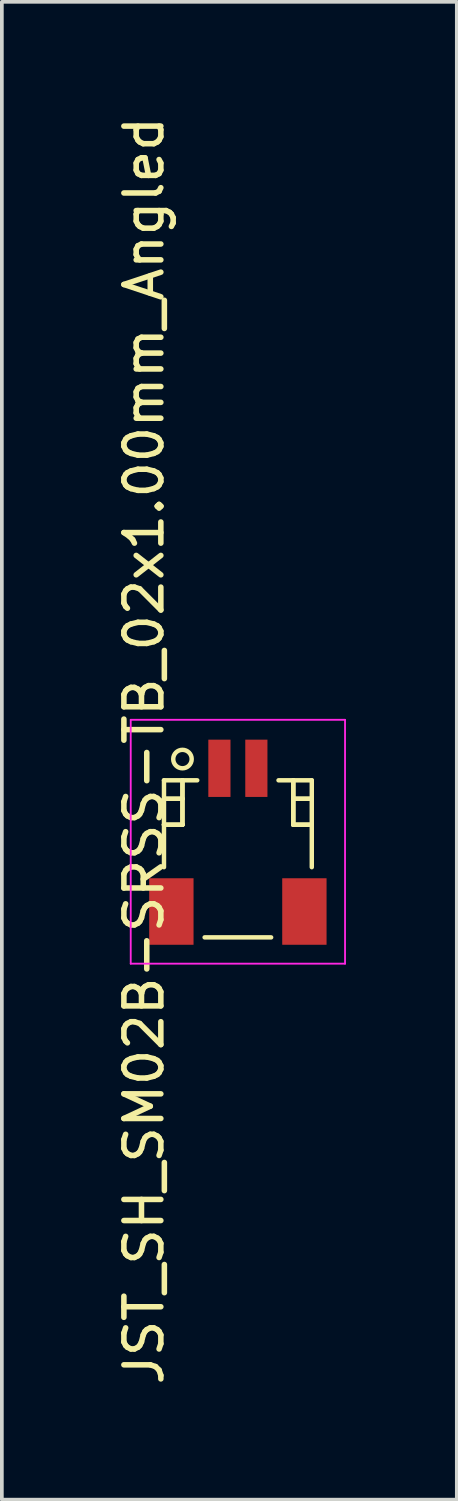
<source format=kicad_pcb>
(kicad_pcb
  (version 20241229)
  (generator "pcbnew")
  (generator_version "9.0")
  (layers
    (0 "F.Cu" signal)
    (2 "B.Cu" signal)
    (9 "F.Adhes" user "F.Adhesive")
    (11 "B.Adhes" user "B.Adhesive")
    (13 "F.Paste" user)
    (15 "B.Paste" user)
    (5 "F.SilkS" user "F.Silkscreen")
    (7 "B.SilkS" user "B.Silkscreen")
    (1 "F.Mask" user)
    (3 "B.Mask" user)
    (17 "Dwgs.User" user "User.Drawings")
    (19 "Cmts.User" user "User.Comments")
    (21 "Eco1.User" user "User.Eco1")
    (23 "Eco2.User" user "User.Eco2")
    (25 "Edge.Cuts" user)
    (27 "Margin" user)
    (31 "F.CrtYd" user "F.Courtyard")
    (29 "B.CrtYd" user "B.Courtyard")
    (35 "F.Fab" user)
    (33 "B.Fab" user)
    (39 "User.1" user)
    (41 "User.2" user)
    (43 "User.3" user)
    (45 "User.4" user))
  (footprint "JST_SH_SM02B-SRSS-TB_02x1.00mm_Angled"
    (layer "F.Cu")
    (at 3.388 19.681)
    (property "Reference" "JST_SH_SM02B-SRSS-TB_02x1.00mm_Angled" (at -2.54 -2.413 270) (layer "F.SilkS") (effects (font (size 1 1) (thickness 0.15))))
    (attr smd)
    (fp_line (start -2 -1.613) (end -1.1 -1.613) (stroke (width 0.12) (type solid)) (layer "F.SilkS"))
    (fp_line (start -2 -1.113) (end -2 -1.113) (stroke (width 0.12) (type solid)) (layer "F.SilkS"))
    (fp_line (start -2 -1.113) (end -1.5 -1.113) (stroke (width 0.12) (type solid)) (layer "F.SilkS"))
    (fp_line (start -2 -0.412) (end -2 -0.412) (stroke (width 0.12) (type solid)) (layer "F.SilkS"))
    (fp_line (start -2 -0.412) (end -1.5 -0.412) (stroke (width 0.12) (type solid)) (layer "F.SilkS"))
    (fp_line (start -2 0.738) (end -2 -1.613) (stroke (width 0.12) (type solid)) (layer "F.SilkS"))
    (fp_line (start -1.5 -1.613) (end -1.5 -1.613) (stroke (width 0.12) (type solid)) (layer "F.SilkS"))
    (fp_line (start -1.5 -1.613) (end -1.5 -0.412) (stroke (width 0.12) (type solid)) (layer "F.SilkS"))
    (fp_line (start -1.5 -1.113) (end -2 -1.113) (stroke (width 0.12) (type solid)) (layer "F.SilkS"))
    (fp_line (start -1.5 -1.113) (end -1.5 -1.113) (stroke (width 0.12) (type solid)) (layer "F.SilkS"))
    (fp_line (start -1.5 -0.412) (end -2 -0.412) (stroke (width 0.12) (type solid)) (layer "F.SilkS"))
    (fp_line (start -1.5 -0.412) (end -1.5 -1.613) (stroke (width 0.12) (type solid)) (layer "F.SilkS"))
    (fp_line (start -1.5 -0.412) (end -1.5 -0.412) (stroke (width 0.12) (type solid)) (layer "F.SilkS"))
    (fp_line (start -1.5 -0.412) (end -1.5 -0.412) (stroke (width 0.12) (type solid)) (layer "F.SilkS"))
    (fp_line (start -0.9 2.638) (end 0.9 2.638) (stroke (width 0.12) (type solid)) (layer "F.SilkS"))
    (fp_line (start 1.5 -1.613) (end 1.5 -1.613) (stroke (width 0.12) (type solid)) (layer "F.SilkS"))
    (fp_line (start 1.5 -1.613) (end 1.5 -0.412) (stroke (width 0.12) (type solid)) (layer "F.SilkS"))
    (fp_line (start 1.5 -1.113) (end 1.5 -1.113) (stroke (width 0.12) (type solid)) (layer "F.SilkS"))
    (fp_line (start 1.5 -1.113) (end 2 -1.113) (stroke (width 0.12) (type solid)) (layer "F.SilkS"))
    (fp_line (start 1.5 -0.412) (end 1.5 -1.613) (stroke (width 0.12) (type solid)) (layer "F.SilkS"))
    (fp_line (start 1.5 -0.412) (end 1.5 -0.412) (stroke (width 0.12) (type solid)) (layer "F.SilkS"))
    (fp_line (start 1.5 -0.412) (end 1.5 -0.412) (stroke (width 0.12) (type solid)) (layer "F.SilkS"))
    (fp_line (start 1.5 -0.412) (end 2 -0.412) (stroke (width 0.12) (type solid)) (layer "F.SilkS"))
    (fp_line (start 2 -1.613) (end 1.1 -1.613) (stroke (width 0.12) (type solid)) (layer "F.SilkS"))
    (fp_line (start 2 -1.113) (end 1.5 -1.113) (stroke (width 0.12) (type solid)) (layer "F.SilkS"))
    (fp_line (start 2 -1.113) (end 2 -1.113) (stroke (width 0.12) (type solid)) (layer "F.SilkS"))
    (fp_line (start 2 -0.412) (end 1.5 -0.412) (stroke (width 0.12) (type solid)) (layer "F.SilkS"))
    (fp_line (start 2 -0.412) (end 2 -0.412) (stroke (width 0.12) (type solid)) (layer "F.SilkS"))
    (fp_line (start 2 0.738) (end 2 -1.613) (stroke (width 0.12) (type solid)) (layer "F.SilkS"))
    (fp_circle (center -1.5 -2.188) (end -1.25 -2.188) (stroke (width 0.12) (type solid)) (fill no) (layer "F.SilkS"))
    (fp_line (start -2.9 -3.25) (end 2.9 -3.25) (stroke (width 0.05) (type solid)) (layer "F.CrtYd"))
    (fp_line (start -2.9 3.35) (end -2.9 -3.25) (stroke (width 0.05) (type solid)) (layer "F.CrtYd"))
    (fp_line (start 2.9 -3.25) (end 2.9 3.35) (stroke (width 0.05) (type solid)) (layer "F.CrtYd"))
    (fp_line (start 2.9 3.35) (end -2.9 3.35) (stroke (width 0.05) (type solid)) (layer "F.CrtYd"))
    (pad "" smd rect (at -1.8 1.938) (size 1.2 1.8) (layers "F.Cu" "F.Mask" "F.Paste"))
    (pad "" smd rect (at 1.8 1.938) (size 1.2 1.8) (layers "F.Cu" "F.Mask" "F.Paste"))
    (pad "1" smd rect (at -0.5 -1.938) (size 0.6 1.55) (layers "F.Cu" "F.Mask" "F.Paste"))
    (pad "2" smd rect (at 0.5 -1.938) (size 0.6 1.55) (layers "F.Cu" "F.Mask" "F.Paste")))
  (gr_rect
    (start -3 -3)
    (end 9.313 37.536)
    (stroke (width 0.1) (type default))
    (fill no)
    (layer "Edge.Cuts")))
</source>
